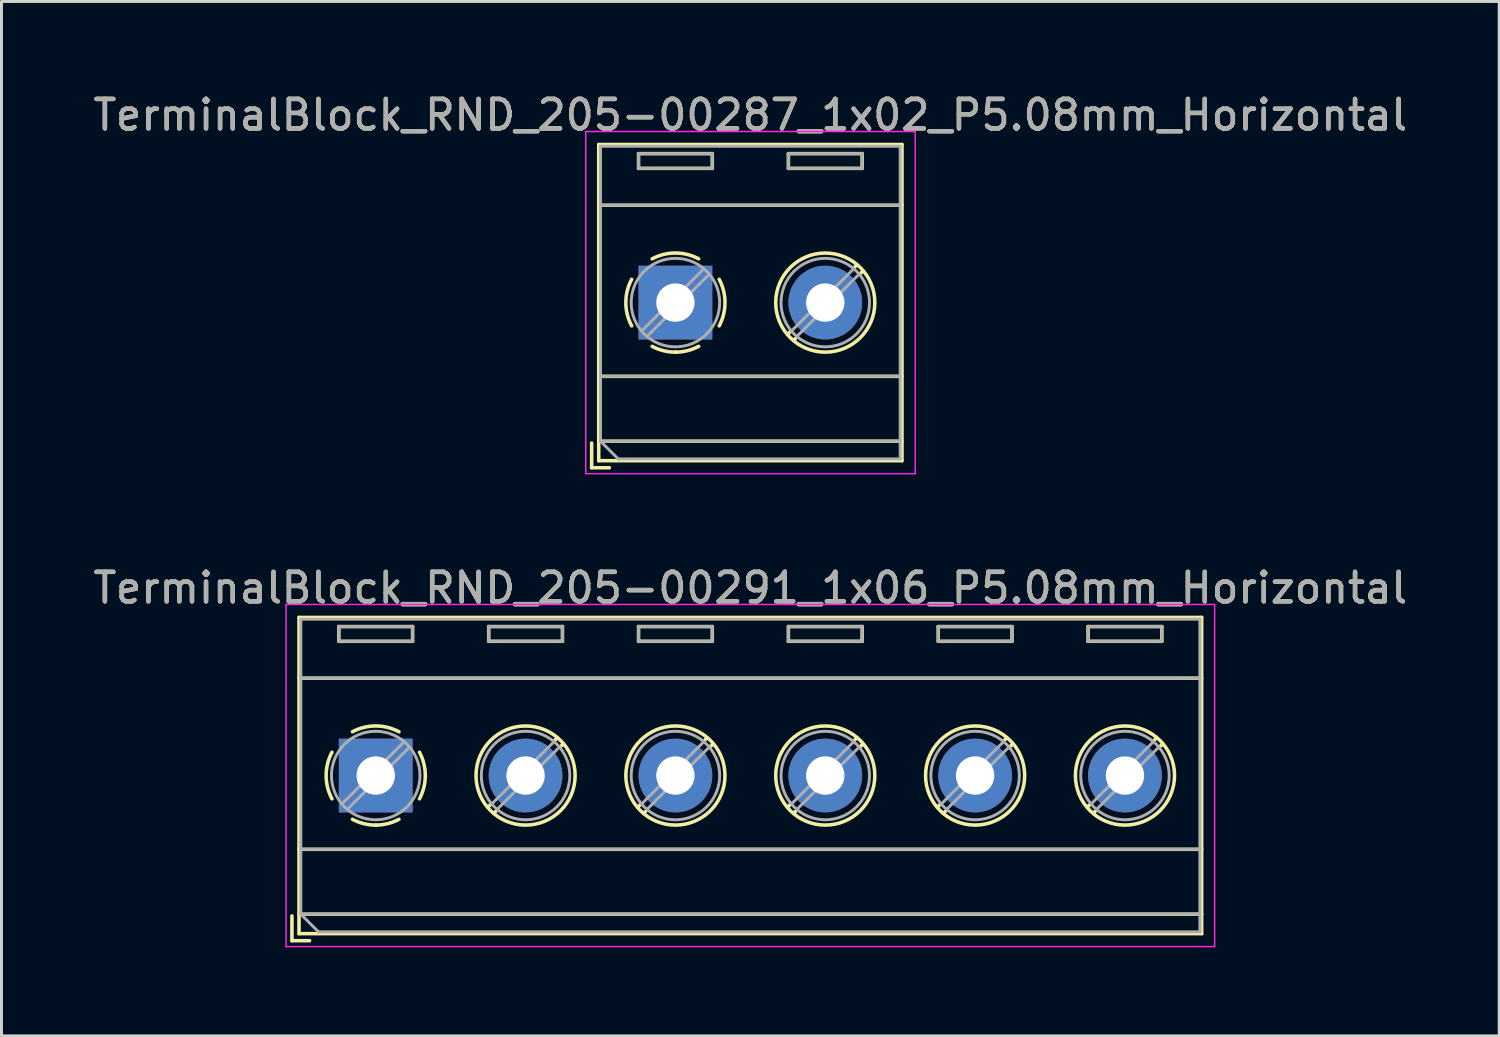
<source format=kicad_pcb>
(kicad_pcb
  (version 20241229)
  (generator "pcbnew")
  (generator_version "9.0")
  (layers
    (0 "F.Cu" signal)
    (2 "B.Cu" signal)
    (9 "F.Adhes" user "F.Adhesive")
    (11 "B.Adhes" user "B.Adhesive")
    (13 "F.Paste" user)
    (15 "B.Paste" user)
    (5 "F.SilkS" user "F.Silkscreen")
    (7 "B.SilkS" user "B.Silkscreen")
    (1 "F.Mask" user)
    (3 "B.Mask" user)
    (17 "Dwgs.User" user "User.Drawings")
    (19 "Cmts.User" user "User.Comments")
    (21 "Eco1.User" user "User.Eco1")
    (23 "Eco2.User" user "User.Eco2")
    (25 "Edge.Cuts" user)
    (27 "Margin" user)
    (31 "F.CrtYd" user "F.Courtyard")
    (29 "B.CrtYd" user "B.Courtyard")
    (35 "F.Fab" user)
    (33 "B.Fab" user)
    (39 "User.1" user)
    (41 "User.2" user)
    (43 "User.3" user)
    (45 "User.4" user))
  (footprint "TerminalBlock_RND_205-00287_1x02_P5.08mm_Horizontal"
    (layer "F.Cu")
    (at 19.847 7.208)
    (property "Reference" "TerminalBlock_RND_205-00287_1x02_P5.08mm_Horizontal" (at 2.54 -6.36 0) (layer "F.SilkS") (effects (font (size 1 1) (thickness 0.15))))
    (attr through_hole)
    (fp_line (start -2.84 4.76) (end -2.84 5.6) (stroke (width 0.12) (type solid)) (layer "F.SilkS"))
    (fp_line (start -2.84 5.6) (end -2.24 5.6) (stroke (width 0.12) (type solid)) (layer "F.SilkS"))
    (fp_line (start -2.6 -5.36) (end -2.6 5.36) (stroke (width 0.12) (type solid)) (layer "F.SilkS"))
    (fp_line (start -2.6 -5.36) (end 7.68 -5.36) (stroke (width 0.12) (type solid)) (layer "F.SilkS"))
    (fp_line (start -2.6 -3.3) (end 7.68 -3.3) (stroke (width 0.12) (type solid)) (layer "F.SilkS"))
    (fp_line (start -2.6 2.5) (end 7.68 2.5) (stroke (width 0.12) (type solid)) (layer "F.SilkS"))
    (fp_line (start -2.6 4.7) (end 7.68 4.7) (stroke (width 0.12) (type solid)) (layer "F.SilkS"))
    (fp_line (start -2.6 5.36) (end 7.68 5.36) (stroke (width 0.12) (type solid)) (layer "F.SilkS"))
    (fp_line (start -1.25 -5.05) (end -1.25 -4.55) (stroke (width 0.12) (type solid)) (layer "F.SilkS"))
    (fp_line (start -1.25 -5.05) (end 1.25 -5.05) (stroke (width 0.12) (type solid)) (layer "F.SilkS"))
    (fp_line (start -1.25 -4.55) (end 1.25 -4.55) (stroke (width 0.12) (type solid)) (layer "F.SilkS"))
    (fp_line (start 1.25 -5.05) (end 1.25 -4.55) (stroke (width 0.12) (type solid)) (layer "F.SilkS"))
    (fp_line (start 3.83 -5.05) (end 3.83 -4.55) (stroke (width 0.12) (type solid)) (layer "F.SilkS"))
    (fp_line (start 3.83 -5.05) (end 6.33 -5.05) (stroke (width 0.12) (type solid)) (layer "F.SilkS"))
    (fp_line (start 3.83 -4.55) (end 6.33 -4.55) (stroke (width 0.12) (type solid)) (layer "F.SilkS"))
    (fp_line (start 3.9 0.976) (end 3.806 1.069) (stroke (width 0.12) (type solid)) (layer "F.SilkS"))
    (fp_line (start 4.07 1.216) (end 4.011 1.274) (stroke (width 0.12) (type solid)) (layer "F.SilkS"))
    (fp_line (start 6.15 -1.275) (end 6.091 -1.216) (stroke (width 0.12) (type solid)) (layer "F.SilkS"))
    (fp_line (start 6.33 -5.05) (end 6.33 -4.55) (stroke (width 0.12) (type solid)) (layer "F.SilkS"))
    (fp_line (start 6.355 -1.069) (end 6.261 -0.976) (stroke (width 0.12) (type solid)) (layer "F.SilkS"))
    (fp_line (start 7.68 -5.36) (end 7.68 5.36) (stroke (width 0.12) (type solid)) (layer "F.SilkS"))
    (fp_arc (start -1.483953 0.789089) (mid -1.680708 0.00005) (end -1.484 -0.789) (stroke (width 0.12) (type solid)) (layer "F.SilkS"))
    (fp_arc (start -0.789089 -1.483953) (mid -0.00005 -1.680708) (end 0.789 -1.484) (stroke (width 0.12) (type solid)) (layer "F.SilkS"))
    (fp_arc (start 0.029383 1.68045) (mid -0.392304 1.634281) (end -0.789 1.484) (stroke (width 0.12) (type solid)) (layer "F.SilkS"))
    (fp_arc (start 0.788712 1.483352) (mid 0.406429 1.630097) (end 0 1.68) (stroke (width 0.12) (type solid)) (layer "F.SilkS"))
    (fp_arc (start 1.483953 -0.789089) (mid 1.680708 -0.00005) (end 1.484 0.789) (stroke (width 0.12) (type solid)) (layer "F.SilkS"))
    (fp_circle (center 5.08 0) (end 6.76 0) (stroke (width 0.12) (type solid)) (fill no) (layer "F.SilkS"))
    (fp_line (start -3.04 -5.8) (end -3.04 5.8) (stroke (width 0.05) (type solid)) (layer "F.CrtYd"))
    (fp_line (start -3.04 5.8) (end 8.13 5.8) (stroke (width 0.05) (type solid)) (layer "F.CrtYd"))
    (fp_line (start 8.13 -5.8) (end -3.04 -5.8) (stroke (width 0.05) (type solid)) (layer "F.CrtYd"))
    (fp_line (start 8.13 5.8) (end 8.13 -5.8) (stroke (width 0.05) (type solid)) (layer "F.CrtYd"))
    (fp_line (start -2.54 -5.3) (end 7.62 -5.3) (stroke (width 0.1) (type solid)) (layer "F.Fab"))
    (fp_line (start -2.54 -3.3) (end 7.62 -3.3) (stroke (width 0.1) (type solid)) (layer "F.Fab"))
    (fp_line (start -2.54 2.5) (end 7.62 2.5) (stroke (width 0.1) (type solid)) (layer "F.Fab"))
    (fp_line (start -2.54 4.7) (end -2.54 -5.3) (stroke (width 0.1) (type solid)) (layer "F.Fab"))
    (fp_line (start -2.54 4.7) (end 7.62 4.7) (stroke (width 0.1) (type solid)) (layer "F.Fab"))
    (fp_line (start -1.94 5.3) (end -2.54 4.7) (stroke (width 0.1) (type solid)) (layer "F.Fab"))
    (fp_line (start -1.25 -5.05) (end -1.25 -4.55) (stroke (width 0.1) (type solid)) (layer "F.Fab"))
    (fp_line (start -1.25 -4.55) (end 1.25 -4.55) (stroke (width 0.1) (type solid)) (layer "F.Fab"))
    (fp_line (start 0.955 -1.138) (end -1.138 0.955) (stroke (width 0.1) (type solid)) (layer "F.Fab"))
    (fp_line (start 1.138 -0.955) (end -0.955 1.138) (stroke (width 0.1) (type solid)) (layer "F.Fab"))
    (fp_line (start 1.25 -5.05) (end -1.25 -5.05) (stroke (width 0.1) (type solid)) (layer "F.Fab"))
    (fp_line (start 1.25 -4.55) (end 1.25 -5.05) (stroke (width 0.1) (type solid)) (layer "F.Fab"))
    (fp_line (start 3.83 -5.05) (end 3.83 -4.55) (stroke (width 0.1) (type solid)) (layer "F.Fab"))
    (fp_line (start 3.83 -4.55) (end 6.33 -4.55) (stroke (width 0.1) (type solid)) (layer "F.Fab"))
    (fp_line (start 6.035 -1.138) (end 3.943 0.955) (stroke (width 0.1) (type solid)) (layer "F.Fab"))
    (fp_line (start 6.218 -0.955) (end 4.126 1.138) (stroke (width 0.1) (type solid)) (layer "F.Fab"))
    (fp_line (start 6.33 -5.05) (end 3.83 -5.05) (stroke (width 0.1) (type solid)) (layer "F.Fab"))
    (fp_line (start 6.33 -4.55) (end 6.33 -5.05) (stroke (width 0.1) (type solid)) (layer "F.Fab"))
    (fp_line (start 7.62 -5.3) (end 7.62 5.3) (stroke (width 0.1) (type solid)) (layer "F.Fab"))
    (fp_line (start 7.62 5.3) (end -1.94 5.3) (stroke (width 0.1) (type solid)) (layer "F.Fab"))
    (fp_circle (center 0 0) (end 1.5 0) (stroke (width 0.1) (type solid)) (fill no) (layer "F.Fab"))
    (fp_circle (center 5.08 0) (end 6.58 0) (stroke (width 0.1) (type solid)) (fill no) (layer "F.Fab"))
    (fp_text user "${REFERENCE}" (at 2.54 -6.36 0) (layer "F.Fab") (effects (font (size 1 1) (thickness 0.15))))
    (pad "1" thru_hole rect (at 0 0) (size 2.5 2.5) (drill 1.3) (layers "*.Cu" "*.Mask"))
    (pad "2" thru_hole circle (at 5.08 0) (size 2.5 2.5) (drill 1.3) (layers "*.Cu" "*.Mask")))
  (footprint "TerminalBlock_RND_205-00291_1x06_P5.08mm_Horizontal"
    (layer "F.Cu")
    (at 9.687 23.241)
    (property "Reference" "TerminalBlock_RND_205-00291_1x06_P5.08mm_Horizontal" (at 12.7 -6.36 0) (layer "F.SilkS") (effects (font (size 1 1) (thickness 0.15))))
    (attr through_hole)
    (fp_line (start -2.84 4.76) (end -2.84 5.6) (stroke (width 0.12) (type solid)) (layer "F.SilkS"))
    (fp_line (start -2.84 5.6) (end -2.24 5.6) (stroke (width 0.12) (type solid)) (layer "F.SilkS"))
    (fp_line (start -2.6 -5.36) (end -2.6 5.36) (stroke (width 0.12) (type solid)) (layer "F.SilkS"))
    (fp_line (start -2.6 -5.36) (end 28 -5.36) (stroke (width 0.12) (type solid)) (layer "F.SilkS"))
    (fp_line (start -2.6 -3.3) (end 28 -3.3) (stroke (width 0.12) (type solid)) (layer "F.SilkS"))
    (fp_line (start -2.6 2.5) (end 28 2.5) (stroke (width 0.12) (type solid)) (layer "F.SilkS"))
    (fp_line (start -2.6 4.7) (end 28 4.7) (stroke (width 0.12) (type solid)) (layer "F.SilkS"))
    (fp_line (start -2.6 5.36) (end 28 5.36) (stroke (width 0.12) (type solid)) (layer "F.SilkS"))
    (fp_line (start -1.25 -5.05) (end -1.25 -4.55) (stroke (width 0.12) (type solid)) (layer "F.SilkS"))
    (fp_line (start -1.25 -5.05) (end 1.25 -5.05) (stroke (width 0.12) (type solid)) (layer "F.SilkS"))
    (fp_line (start -1.25 -4.55) (end 1.25 -4.55) (stroke (width 0.12) (type solid)) (layer "F.SilkS"))
    (fp_line (start 1.25 -5.05) (end 1.25 -4.55) (stroke (width 0.12) (type solid)) (layer "F.SilkS"))
    (fp_line (start 3.83 -5.05) (end 3.83 -4.55) (stroke (width 0.12) (type solid)) (layer "F.SilkS"))
    (fp_line (start 3.83 -5.05) (end 6.33 -5.05) (stroke (width 0.12) (type solid)) (layer "F.SilkS"))
    (fp_line (start 3.83 -4.55) (end 6.33 -4.55) (stroke (width 0.12) (type solid)) (layer "F.SilkS"))
    (fp_line (start 3.9 0.976) (end 3.806 1.069) (stroke (width 0.12) (type solid)) (layer "F.SilkS"))
    (fp_line (start 4.07 1.216) (end 4.011 1.274) (stroke (width 0.12) (type solid)) (layer "F.SilkS"))
    (fp_line (start 6.15 -1.275) (end 6.091 -1.216) (stroke (width 0.12) (type solid)) (layer "F.SilkS"))
    (fp_line (start 6.33 -5.05) (end 6.33 -4.55) (stroke (width 0.12) (type solid)) (layer "F.SilkS"))
    (fp_line (start 6.355 -1.069) (end 6.261 -0.976) (stroke (width 0.12) (type solid)) (layer "F.SilkS"))
    (fp_line (start 8.91 -5.05) (end 8.91 -4.55) (stroke (width 0.12) (type solid)) (layer "F.SilkS"))
    (fp_line (start 8.91 -5.05) (end 11.41 -5.05) (stroke (width 0.12) (type solid)) (layer "F.SilkS"))
    (fp_line (start 8.91 -4.55) (end 11.41 -4.55) (stroke (width 0.12) (type solid)) (layer "F.SilkS"))
    (fp_line (start 8.98 0.976) (end 8.886 1.069) (stroke (width 0.12) (type solid)) (layer "F.SilkS"))
    (fp_line (start 9.15 1.216) (end 9.091 1.274) (stroke (width 0.12) (type solid)) (layer "F.SilkS"))
    (fp_line (start 11.23 -1.275) (end 11.171 -1.216) (stroke (width 0.12) (type solid)) (layer "F.SilkS"))
    (fp_line (start 11.41 -5.05) (end 11.41 -4.55) (stroke (width 0.12) (type solid)) (layer "F.SilkS"))
    (fp_line (start 11.435 -1.069) (end 11.341 -0.976) (stroke (width 0.12) (type solid)) (layer "F.SilkS"))
    (fp_line (start 13.99 -5.05) (end 13.99 -4.55) (stroke (width 0.12) (type solid)) (layer "F.SilkS"))
    (fp_line (start 13.99 -5.05) (end 16.49 -5.05) (stroke (width 0.12) (type solid)) (layer "F.SilkS"))
    (fp_line (start 13.99 -4.55) (end 16.49 -4.55) (stroke (width 0.12) (type solid)) (layer "F.SilkS"))
    (fp_line (start 14.06 0.976) (end 13.966 1.069) (stroke (width 0.12) (type solid)) (layer "F.SilkS"))
    (fp_line (start 14.23 1.216) (end 14.171 1.274) (stroke (width 0.12) (type solid)) (layer "F.SilkS"))
    (fp_line (start 16.31 -1.275) (end 16.251 -1.216) (stroke (width 0.12) (type solid)) (layer "F.SilkS"))
    (fp_line (start 16.49 -5.05) (end 16.49 -4.55) (stroke (width 0.12) (type solid)) (layer "F.SilkS"))
    (fp_line (start 16.515 -1.069) (end 16.421 -0.976) (stroke (width 0.12) (type solid)) (layer "F.SilkS"))
    (fp_line (start 19.07 -5.05) (end 19.07 -4.55) (stroke (width 0.12) (type solid)) (layer "F.SilkS"))
    (fp_line (start 19.07 -5.05) (end 21.57 -5.05) (stroke (width 0.12) (type solid)) (layer "F.SilkS"))
    (fp_line (start 19.07 -4.55) (end 21.57 -4.55) (stroke (width 0.12) (type solid)) (layer "F.SilkS"))
    (fp_line (start 19.14 0.976) (end 19.046 1.069) (stroke (width 0.12) (type solid)) (layer "F.SilkS"))
    (fp_line (start 19.31 1.216) (end 19.251 1.274) (stroke (width 0.12) (type solid)) (layer "F.SilkS"))
    (fp_line (start 21.39 -1.275) (end 21.331 -1.216) (stroke (width 0.12) (type solid)) (layer "F.SilkS"))
    (fp_line (start 21.57 -5.05) (end 21.57 -4.55) (stroke (width 0.12) (type solid)) (layer "F.SilkS"))
    (fp_line (start 21.595 -1.069) (end 21.501 -0.976) (stroke (width 0.12) (type solid)) (layer "F.SilkS"))
    (fp_line (start 24.15 -5.05) (end 24.15 -4.55) (stroke (width 0.12) (type solid)) (layer "F.SilkS"))
    (fp_line (start 24.15 -5.05) (end 26.65 -5.05) (stroke (width 0.12) (type solid)) (layer "F.SilkS"))
    (fp_line (start 24.15 -4.55) (end 26.65 -4.55) (stroke (width 0.12) (type solid)) (layer "F.SilkS"))
    (fp_line (start 24.22 0.976) (end 24.126 1.069) (stroke (width 0.12) (type solid)) (layer "F.SilkS"))
    (fp_line (start 24.39 1.216) (end 24.331 1.274) (stroke (width 0.12) (type solid)) (layer "F.SilkS"))
    (fp_line (start 26.47 -1.275) (end 26.411 -1.216) (stroke (width 0.12) (type solid)) (layer "F.SilkS"))
    (fp_line (start 26.65 -5.05) (end 26.65 -4.55) (stroke (width 0.12) (type solid)) (layer "F.SilkS"))
    (fp_line (start 26.675 -1.069) (end 26.581 -0.976) (stroke (width 0.12) (type solid)) (layer "F.SilkS"))
    (fp_line (start 28 -5.36) (end 28 5.36) (stroke (width 0.12) (type solid)) (layer "F.SilkS"))
    (fp_arc (start -1.483953 0.789089) (mid -1.680708 0.00005) (end -1.484 -0.789) (stroke (width 0.12) (type solid)) (layer "F.SilkS"))
    (fp_arc (start -0.789089 -1.483953) (mid -0.00005 -1.680708) (end 0.789 -1.484) (stroke (width 0.12) (type solid)) (layer "F.SilkS"))
    (fp_arc (start 0.029383 1.68045) (mid -0.392304 1.634281) (end -0.789 1.484) (stroke (width 0.12) (type solid)) (layer "F.SilkS"))
    (fp_arc (start 0.788712 1.483352) (mid 0.406429 1.630097) (end 0 1.68) (stroke (width 0.12) (type solid)) (layer "F.SilkS"))
    (fp_arc (start 1.483953 -0.789089) (mid 1.680708 -0.00005) (end 1.484 0.789) (stroke (width 0.12) (type solid)) (layer "F.SilkS"))
    (fp_circle (center 5.08 0) (end 6.76 0) (stroke (width 0.12) (type solid)) (fill no) (layer "F.SilkS"))
    (fp_circle (center 10.16 0) (end 11.84 0) (stroke (width 0.12) (type solid)) (fill no) (layer "F.SilkS"))
    (fp_circle (center 15.24 0) (end 16.92 0) (stroke (width 0.12) (type solid)) (fill no) (layer "F.SilkS"))
    (fp_circle (center 20.32 0) (end 22 0) (stroke (width 0.12) (type solid)) (fill no) (layer "F.SilkS"))
    (fp_circle (center 25.4 0) (end 27.08 0) (stroke (width 0.12) (type solid)) (fill no) (layer "F.SilkS"))
    (fp_line (start -3.04 -5.8) (end -3.04 5.8) (stroke (width 0.05) (type solid)) (layer "F.CrtYd"))
    (fp_line (start -3.04 5.8) (end 28.44 5.8) (stroke (width 0.05) (type solid)) (layer "F.CrtYd"))
    (fp_line (start 28.44 -5.8) (end -3.04 -5.8) (stroke (width 0.05) (type solid)) (layer "F.CrtYd"))
    (fp_line (start 28.44 5.8) (end 28.44 -5.8) (stroke (width 0.05) (type solid)) (layer "F.CrtYd"))
    (fp_line (start -2.54 -5.3) (end 27.94 -5.3) (stroke (width 0.1) (type solid)) (layer "F.Fab"))
    (fp_line (start -2.54 -3.3) (end 27.94 -3.3) (stroke (width 0.1) (type solid)) (layer "F.Fab"))
    (fp_line (start -2.54 2.5) (end 27.94 2.5) (stroke (width 0.1) (type solid)) (layer "F.Fab"))
    (fp_line (start -2.54 4.7) (end -2.54 -5.3) (stroke (width 0.1) (type solid)) (layer "F.Fab"))
    (fp_line (start -2.54 4.7) (end 27.94 4.7) (stroke (width 0.1) (type solid)) (layer "F.Fab"))
    (fp_line (start -1.94 5.3) (end -2.54 4.7) (stroke (width 0.1) (type solid)) (layer "F.Fab"))
    (fp_line (start -1.25 -5.05) (end -1.25 -4.55) (stroke (width 0.1) (type solid)) (layer "F.Fab"))
    (fp_line (start -1.25 -4.55) (end 1.25 -4.55) (stroke (width 0.1) (type solid)) (layer "F.Fab"))
    (fp_line (start 0.955 -1.138) (end -1.138 0.955) (stroke (width 0.1) (type solid)) (layer "F.Fab"))
    (fp_line (start 1.138 -0.955) (end -0.955 1.138) (stroke (width 0.1) (type solid)) (layer "F.Fab"))
    (fp_line (start 1.25 -5.05) (end -1.25 -5.05) (stroke (width 0.1) (type solid)) (layer "F.Fab"))
    (fp_line (start 1.25 -4.55) (end 1.25 -5.05) (stroke (width 0.1) (type solid)) (layer "F.Fab"))
    (fp_line (start 3.83 -5.05) (end 3.83 -4.55) (stroke (width 0.1) (type solid)) (layer "F.Fab"))
    (fp_line (start 3.83 -4.55) (end 6.33 -4.55) (stroke (width 0.1) (type solid)) (layer "F.Fab"))
    (fp_line (start 6.035 -1.138) (end 3.943 0.955) (stroke (width 0.1) (type solid)) (layer "F.Fab"))
    (fp_line (start 6.218 -0.955) (end 4.126 1.138) (stroke (width 0.1) (type solid)) (layer "F.Fab"))
    (fp_line (start 6.33 -5.05) (end 3.83 -5.05) (stroke (width 0.1) (type solid)) (layer "F.Fab"))
    (fp_line (start 6.33 -4.55) (end 6.33 -5.05) (stroke (width 0.1) (type solid)) (layer "F.Fab"))
    (fp_line (start 8.91 -5.05) (end 8.91 -4.55) (stroke (width 0.1) (type solid)) (layer "F.Fab"))
    (fp_line (start 8.91 -4.55) (end 11.41 -4.55) (stroke (width 0.1) (type solid)) (layer "F.Fab"))
    (fp_line (start 11.115 -1.138) (end 9.023 0.955) (stroke (width 0.1) (type solid)) (layer "F.Fab"))
    (fp_line (start 11.298 -0.955) (end 9.206 1.138) (stroke (width 0.1) (type solid)) (layer "F.Fab"))
    (fp_line (start 11.41 -5.05) (end 8.91 -5.05) (stroke (width 0.1) (type solid)) (layer "F.Fab"))
    (fp_line (start 11.41 -4.55) (end 11.41 -5.05) (stroke (width 0.1) (type solid)) (layer "F.Fab"))
    (fp_line (start 13.99 -5.05) (end 13.99 -4.55) (stroke (width 0.1) (type solid)) (layer "F.Fab"))
    (fp_line (start 13.99 -4.55) (end 16.49 -4.55) (stroke (width 0.1) (type solid)) (layer "F.Fab"))
    (fp_line (start 16.195 -1.138) (end 14.103 0.955) (stroke (width 0.1) (type solid)) (layer "F.Fab"))
    (fp_line (start 16.378 -0.955) (end 14.286 1.138) (stroke (width 0.1) (type solid)) (layer "F.Fab"))
    (fp_line (start 16.49 -5.05) (end 13.99 -5.05) (stroke (width 0.1) (type solid)) (layer "F.Fab"))
    (fp_line (start 16.49 -4.55) (end 16.49 -5.05) (stroke (width 0.1) (type solid)) (layer "F.Fab"))
    (fp_line (start 19.07 -5.05) (end 19.07 -4.55) (stroke (width 0.1) (type solid)) (layer "F.Fab"))
    (fp_line (start 19.07 -4.55) (end 21.57 -4.55) (stroke (width 0.1) (type solid)) (layer "F.Fab"))
    (fp_line (start 21.275 -1.138) (end 19.183 0.955) (stroke (width 0.1) (type solid)) (layer "F.Fab"))
    (fp_line (start 21.458 -0.955) (end 19.366 1.138) (stroke (width 0.1) (type solid)) (layer "F.Fab"))
    (fp_line (start 21.57 -5.05) (end 19.07 -5.05) (stroke (width 0.1) (type solid)) (layer "F.Fab"))
    (fp_line (start 21.57 -4.55) (end 21.57 -5.05) (stroke (width 0.1) (type solid)) (layer "F.Fab"))
    (fp_line (start 24.15 -5.05) (end 24.15 -4.55) (stroke (width 0.1) (type solid)) (layer "F.Fab"))
    (fp_line (start 24.15 -4.55) (end 26.65 -4.55) (stroke (width 0.1) (type solid)) (layer "F.Fab"))
    (fp_line (start 26.355 -1.138) (end 24.263 0.955) (stroke (width 0.1) (type solid)) (layer "F.Fab"))
    (fp_line (start 26.538 -0.955) (end 24.446 1.138) (stroke (width 0.1) (type solid)) (layer "F.Fab"))
    (fp_line (start 26.65 -5.05) (end 24.15 -5.05) (stroke (width 0.1) (type solid)) (layer "F.Fab"))
    (fp_line (start 26.65 -4.55) (end 26.65 -5.05) (stroke (width 0.1) (type solid)) (layer "F.Fab"))
    (fp_line (start 27.94 -5.3) (end 27.94 5.3) (stroke (width 0.1) (type solid)) (layer "F.Fab"))
    (fp_line (start 27.94 5.3) (end -1.94 5.3) (stroke (width 0.1) (type solid)) (layer "F.Fab"))
    (fp_circle (center 0 0) (end 1.5 0) (stroke (width 0.1) (type solid)) (fill no) (layer "F.Fab"))
    (fp_circle (center 5.08 0) (end 6.58 0) (stroke (width 0.1) (type solid)) (fill no) (layer "F.Fab"))
    (fp_circle (center 10.16 0) (end 11.66 0) (stroke (width 0.1) (type solid)) (fill no) (layer "F.Fab"))
    (fp_circle (center 15.24 0) (end 16.74 0) (stroke (width 0.1) (type solid)) (fill no) (layer "F.Fab"))
    (fp_circle (center 20.32 0) (end 21.82 0) (stroke (width 0.1) (type solid)) (fill no) (layer "F.Fab"))
    (fp_circle (center 25.4 0) (end 26.9 0) (stroke (width 0.1) (type solid)) (fill no) (layer "F.Fab"))
    (fp_text user "${REFERENCE}" (at 12.7 -6.36 0) (layer "F.Fab") (effects (font (size 1 1) (thickness 0.15))))
    (pad "1" thru_hole rect (at 0 0) (size 2.5 2.5) (drill 1.3) (layers "*.Cu" "*.Mask"))
    (pad "2" thru_hole circle (at 5.08 0) (size 2.5 2.5) (drill 1.3) (layers "*.Cu" "*.Mask"))
    (pad "3" thru_hole circle (at 10.16 0) (size 2.5 2.5) (drill 1.3) (layers "*.Cu" "*.Mask"))
    (pad "4" thru_hole circle (at 15.24 0) (size 2.5 2.5) (drill 1.3) (layers "*.Cu" "*.Mask"))
    (pad "5" thru_hole circle (at 20.32 0) (size 2.5 2.5) (drill 1.3) (layers "*.Cu" "*.Mask"))
    (pad "6" thru_hole circle (at 25.4 0) (size 2.5 2.5) (drill 1.3) (layers "*.Cu" "*.Mask")))
  (gr_rect
    (start -3 -3)
    (end 47.774 32.066)
    (stroke (width 0.1) (type default))
    (fill no)
    (layer "Edge.Cuts")))
</source>
